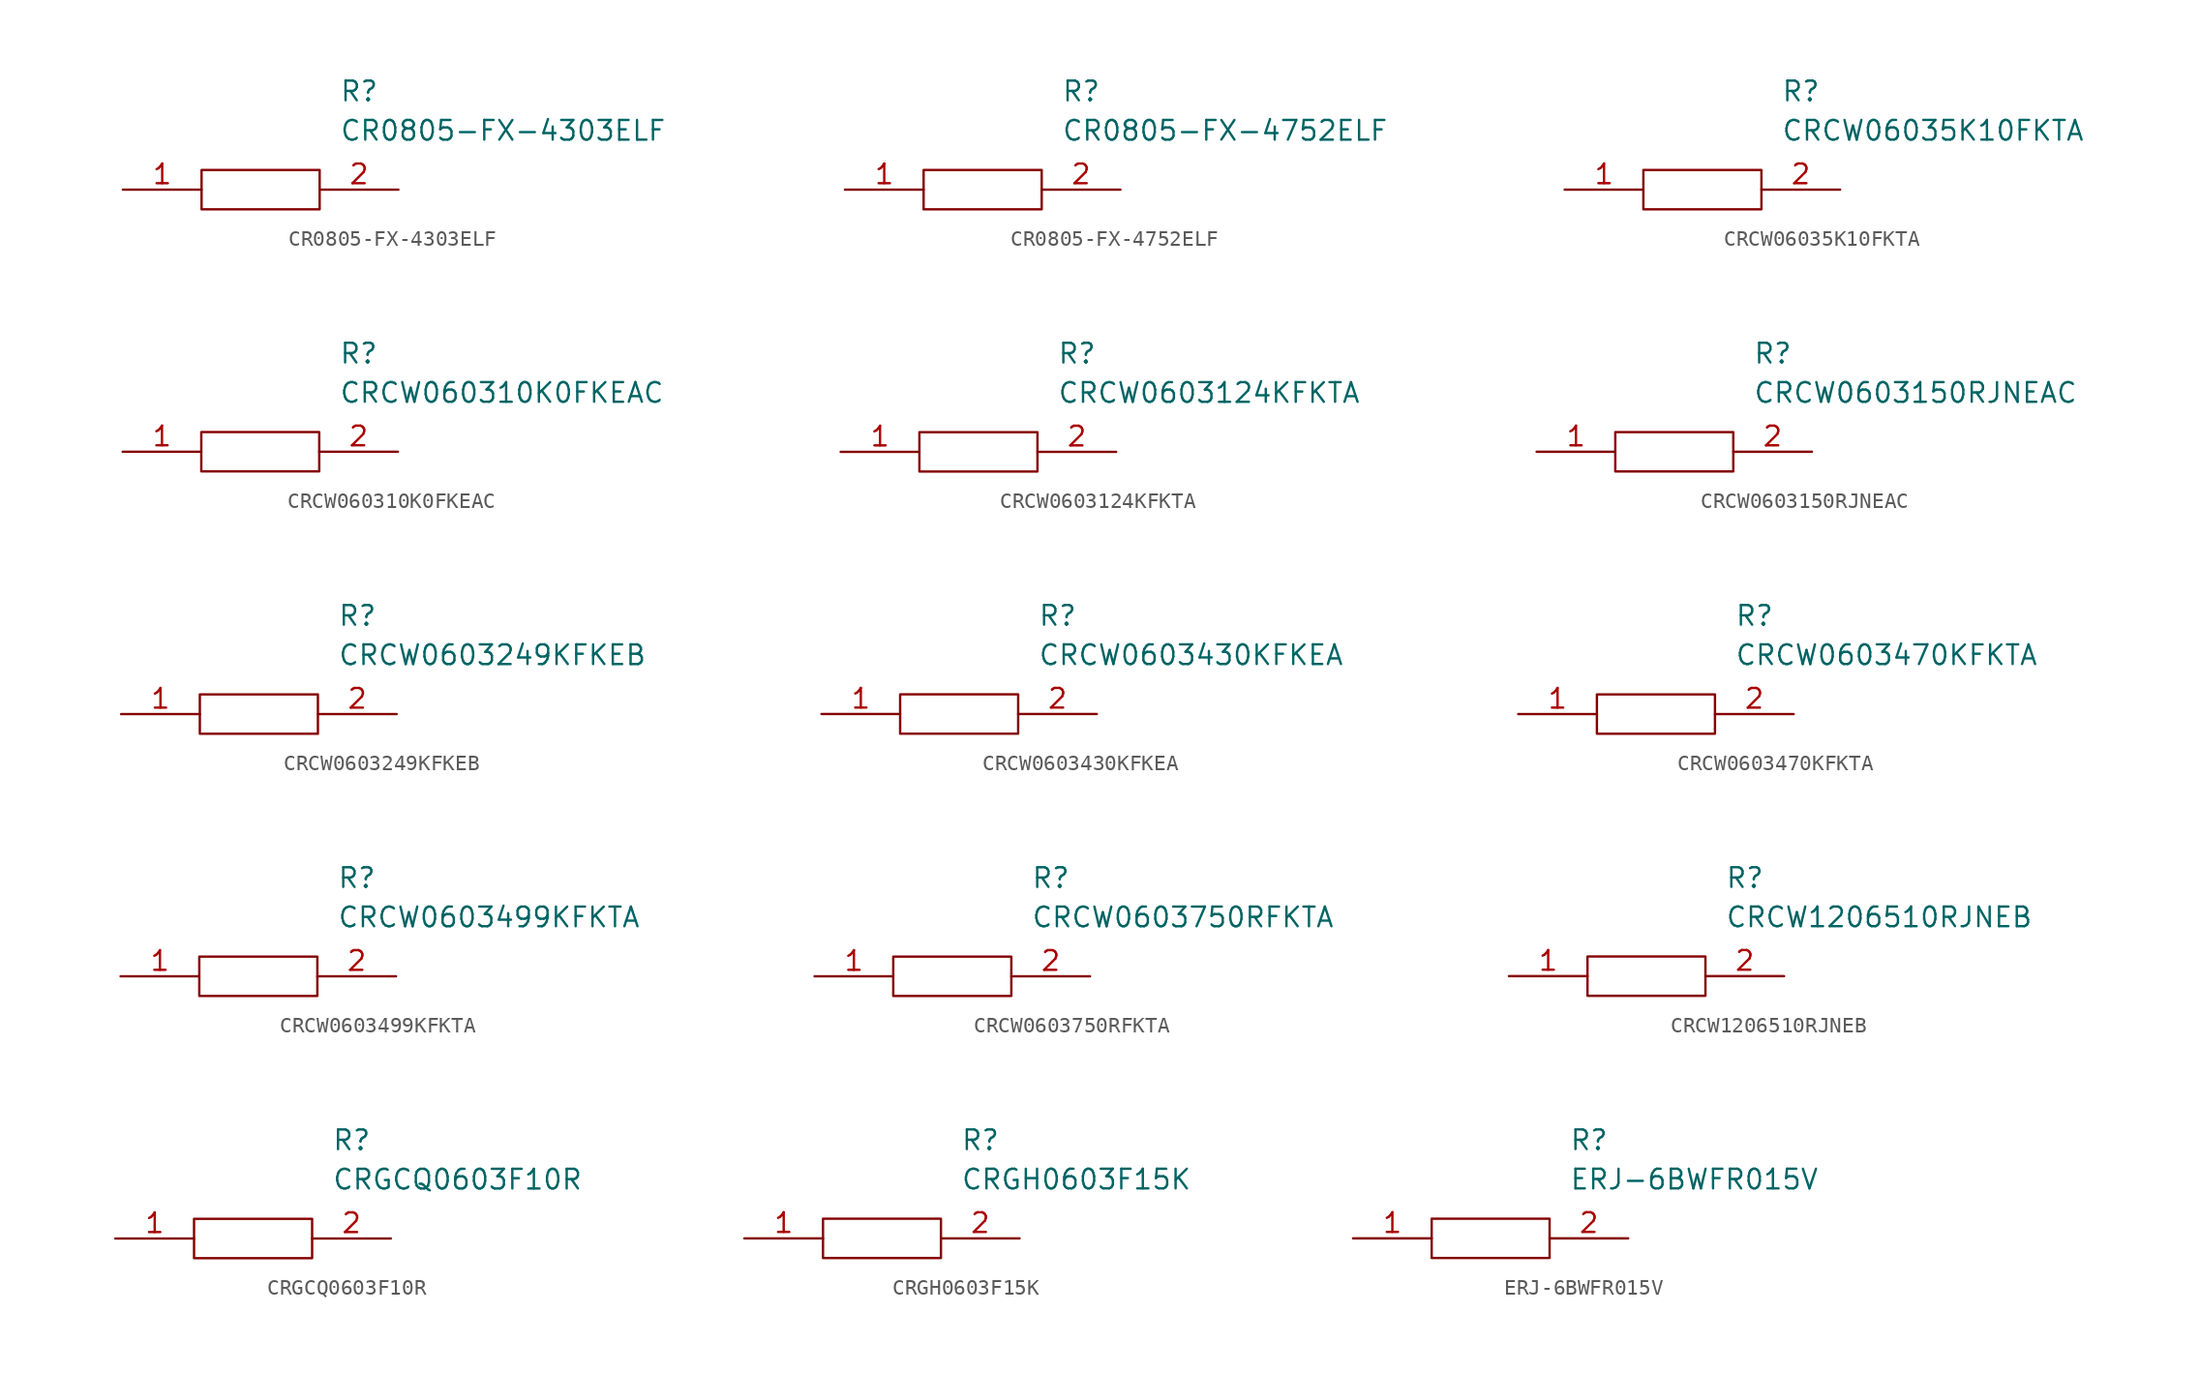
<source format=kicad_sym>
(kicad_symbol_lib
  (version 20211014)
  (generator kicad_symbol_editor)
  (symbol "CR0805-FX-4303ELF"
    (pin_names
      (offset 0.762))
    (property "Reference" "R"
      (at 13.97 6.35 0)
      (effects (font (size 1.27 1.27)) (justify left)))
    (property "Value" "CR0805-FX-4303ELF"
      (at 13.97 3.81 0)
      (effects (font (size 1.27 1.27)) (justify left)))
    (symbol "CR0805-FX-4303ELF_0_0"
      (pin passive line (at 0 0 0) (length 5.08) (name "~" (effects (font (size 1.27 1.27)))) (number "1" (effects (font (size 1.27 1.27)))))
      (pin passive line (at 17.78 0 180) (length 5.08) (name "~" (effects (font (size 1.27 1.27)))) (number "2" (effects (font (size 1.27 1.27))))))
    (symbol "CR0805-FX-4303ELF_0_1"
      (polyline (pts (xy 5.08 1.27) (xy 12.7 1.27) (xy 12.7 -1.27) (xy 5.08 -1.27) (xy 5.08 1.27)) (stroke (width 0.152) (type default) (color 0 0 0 0)) (fill (type none)))))
  (symbol "CR0805-FX-4752ELF"
    (pin_names
      (offset 0.762))
    (property "Reference" "R"
      (at 13.97 6.35 0)
      (effects (font (size 1.27 1.27)) (justify left)))
    (property "Value" "CR0805-FX-4752ELF"
      (at 13.97 3.81 0)
      (effects (font (size 1.27 1.27)) (justify left)))
    (symbol "CR0805-FX-4752ELF_0_0"
      (pin passive line (at 0 0 0) (length 5.08) (name "~" (effects (font (size 1.27 1.27)))) (number "1" (effects (font (size 1.27 1.27)))))
      (pin passive line (at 17.78 0 180) (length 5.08) (name "~" (effects (font (size 1.27 1.27)))) (number "2" (effects (font (size 1.27 1.27))))))
    (symbol "CR0805-FX-4752ELF_0_1"
      (polyline (pts (xy 5.08 1.27) (xy 12.7 1.27) (xy 12.7 -1.27) (xy 5.08 -1.27) (xy 5.08 1.27)) (stroke (width 0.152) (type default) (color 0 0 0 0)) (fill (type none)))))
  (symbol "CRCW06035K10FKTA"
    (pin_names
      (offset 0.762))
    (property "Reference" "R"
      (at 13.97 6.35 0)
      (effects (font (size 1.27 1.27)) (justify left)))
    (property "Value" "CRCW06035K10FKTA"
      (at 13.97 3.81 0)
      (effects (font (size 1.27 1.27)) (justify left)))
    (symbol "CRCW06035K10FKTA_0_0"
      (pin passive line (at 0 0 0) (length 5.08) (name "~" (effects (font (size 1.27 1.27)))) (number "1" (effects (font (size 1.27 1.27)))))
      (pin passive line (at 17.78 0 180) (length 5.08) (name "~" (effects (font (size 1.27 1.27)))) (number "2" (effects (font (size 1.27 1.27))))))
    (symbol "CRCW06035K10FKTA_0_1"
      (polyline (pts (xy 5.08 1.27) (xy 12.7 1.27) (xy 12.7 -1.27) (xy 5.08 -1.27) (xy 5.08 1.27)) (stroke (width 0.152) (type default) (color 0 0 0 0)) (fill (type none)))))
  (symbol "CRCW060310K0FKEAC"
    (pin_names
      (offset 0.762))
    (property "Reference" "R"
      (at 13.97 6.35 0)
      (effects (font (size 1.27 1.27)) (justify left)))
    (property "Value" "CRCW060310K0FKEAC"
      (at 13.97 3.81 0)
      (effects (font (size 1.27 1.27)) (justify left)))
    (symbol "CRCW060310K0FKEAC_0_0"
      (pin passive line (at 0 0 0) (length 5.08) (name "~" (effects (font (size 1.27 1.27)))) (number "1" (effects (font (size 1.27 1.27)))))
      (pin passive line (at 17.78 0 180) (length 5.08) (name "~" (effects (font (size 1.27 1.27)))) (number "2" (effects (font (size 1.27 1.27))))))
    (symbol "CRCW060310K0FKEAC_0_1"
      (polyline (pts (xy 5.08 1.27) (xy 12.7 1.27) (xy 12.7 -1.27) (xy 5.08 -1.27) (xy 5.08 1.27)) (stroke (width 0.152) (type default) (color 0 0 0 0)) (fill (type none)))))
  (symbol "CRCW0603124KFKTA"
    (pin_names
      (offset 0.762))
    (property "Reference" "R"
      (at 13.97 6.35 0)
      (effects (font (size 1.27 1.27)) (justify left)))
    (property "Value" "CRCW0603124KFKTA"
      (at 13.97 3.81 0)
      (effects (font (size 1.27 1.27)) (justify left)))
    (symbol "CRCW0603124KFKTA_0_0"
      (pin passive line (at 0 0 0) (length 5.08) (name "~" (effects (font (size 1.27 1.27)))) (number "1" (effects (font (size 1.27 1.27)))))
      (pin passive line (at 17.78 0 180) (length 5.08) (name "~" (effects (font (size 1.27 1.27)))) (number "2" (effects (font (size 1.27 1.27))))))
    (symbol "CRCW0603124KFKTA_0_1"
      (polyline (pts (xy 5.08 1.27) (xy 12.7 1.27) (xy 12.7 -1.27) (xy 5.08 -1.27) (xy 5.08 1.27)) (stroke (width 0.152) (type default) (color 0 0 0 0)) (fill (type none)))))
  (symbol "CRCW0603150RJNEAC"
    (pin_names
      (offset 0.762))
    (property "Reference" "R"
      (at 13.97 6.35 0)
      (effects (font (size 1.27 1.27)) (justify left)))
    (property "Value" "CRCW0603150RJNEAC"
      (at 13.97 3.81 0)
      (effects (font (size 1.27 1.27)) (justify left)))
    (symbol "CRCW0603150RJNEAC_0_0"
      (pin passive line (at 0 0 0) (length 5.08) (name "~" (effects (font (size 1.27 1.27)))) (number "1" (effects (font (size 1.27 1.27)))))
      (pin passive line (at 17.78 0 180) (length 5.08) (name "~" (effects (font (size 1.27 1.27)))) (number "2" (effects (font (size 1.27 1.27))))))
    (symbol "CRCW0603150RJNEAC_0_1"
      (polyline (pts (xy 5.08 1.27) (xy 12.7 1.27) (xy 12.7 -1.27) (xy 5.08 -1.27) (xy 5.08 1.27)) (stroke (width 0.152) (type default) (color 0 0 0 0)) (fill (type none)))))
  (symbol "CRCW0603249KFKEB"
    (pin_names
      (offset 0.762))
    (property "Reference" "R"
      (at 13.97 6.35 0)
      (effects (font (size 1.27 1.27)) (justify left)))
    (property "Value" "CRCW0603249KFKEB"
      (at 13.97 3.81 0)
      (effects (font (size 1.27 1.27)) (justify left)))
    (symbol "CRCW0603249KFKEB_0_0"
      (pin passive line (at 0 0 0) (length 5.08) (name "~" (effects (font (size 1.27 1.27)))) (number "1" (effects (font (size 1.27 1.27)))))
      (pin passive line (at 17.78 0 180) (length 5.08) (name "~" (effects (font (size 1.27 1.27)))) (number "2" (effects (font (size 1.27 1.27))))))
    (symbol "CRCW0603249KFKEB_0_1"
      (polyline (pts (xy 5.08 1.27) (xy 12.7 1.27) (xy 12.7 -1.27) (xy 5.08 -1.27) (xy 5.08 1.27)) (stroke (width 0.152) (type default) (color 0 0 0 0)) (fill (type none)))))
  (symbol "CRCW0603430KFKEA"
    (pin_names
      (offset 0.762))
    (property "Reference" "R"
      (at 13.97 6.35 0)
      (effects (font (size 1.27 1.27)) (justify left)))
    (property "Value" "CRCW0603430KFKEA"
      (at 13.97 3.81 0)
      (effects (font (size 1.27 1.27)) (justify left)))
    (symbol "CRCW0603430KFKEA_0_0"
      (pin passive line (at 0 0 0) (length 5.08) (name "~" (effects (font (size 1.27 1.27)))) (number "1" (effects (font (size 1.27 1.27)))))
      (pin passive line (at 17.78 0 180) (length 5.08) (name "~" (effects (font (size 1.27 1.27)))) (number "2" (effects (font (size 1.27 1.27))))))
    (symbol "CRCW0603430KFKEA_0_1"
      (polyline (pts (xy 5.08 1.27) (xy 12.7 1.27) (xy 12.7 -1.27) (xy 5.08 -1.27) (xy 5.08 1.27)) (stroke (width 0.152) (type default) (color 0 0 0 0)) (fill (type none)))))
  (symbol "CRCW0603470KFKTA"
    (pin_names
      (offset 0.762))
    (property "Reference" "R"
      (at 13.97 6.35 0)
      (effects (font (size 1.27 1.27)) (justify left)))
    (property "Value" "CRCW0603470KFKTA"
      (at 13.97 3.81 0)
      (effects (font (size 1.27 1.27)) (justify left)))
    (symbol "CRCW0603470KFKTA_0_0"
      (pin passive line (at 0 0 0) (length 5.08) (name "~" (effects (font (size 1.27 1.27)))) (number "1" (effects (font (size 1.27 1.27)))))
      (pin passive line (at 17.78 0 180) (length 5.08) (name "~" (effects (font (size 1.27 1.27)))) (number "2" (effects (font (size 1.27 1.27))))))
    (symbol "CRCW0603470KFKTA_0_1"
      (polyline (pts (xy 5.08 1.27) (xy 12.7 1.27) (xy 12.7 -1.27) (xy 5.08 -1.27) (xy 5.08 1.27)) (stroke (width 0.152) (type default) (color 0 0 0 0)) (fill (type none)))))
  (symbol "CRCW0603499KFKTA"
    (pin_names
      (offset 0.762))
    (property "Reference" "R"
      (at 13.97 6.35 0)
      (effects (font (size 1.27 1.27)) (justify left)))
    (property "Value" "CRCW0603499KFKTA"
      (at 13.97 3.81 0)
      (effects (font (size 1.27 1.27)) (justify left)))
    (symbol "CRCW0603499KFKTA_0_0"
      (pin passive line (at 0 0 0) (length 5.08) (name "~" (effects (font (size 1.27 1.27)))) (number "1" (effects (font (size 1.27 1.27)))))
      (pin passive line (at 17.78 0 180) (length 5.08) (name "~" (effects (font (size 1.27 1.27)))) (number "2" (effects (font (size 1.27 1.27))))))
    (symbol "CRCW0603499KFKTA_0_1"
      (polyline (pts (xy 5.08 1.27) (xy 12.7 1.27) (xy 12.7 -1.27) (xy 5.08 -1.27) (xy 5.08 1.27)) (stroke (width 0.152) (type default) (color 0 0 0 0)) (fill (type none)))))
  (symbol "CRCW0603750RFKTA"
    (pin_names
      (offset 0.762))
    (property "Reference" "R"
      (at 13.97 6.35 0)
      (effects (font (size 1.27 1.27)) (justify left)))
    (property "Value" "CRCW0603750RFKTA"
      (at 13.97 3.81 0)
      (effects (font (size 1.27 1.27)) (justify left)))
    (symbol "CRCW0603750RFKTA_0_0"
      (pin passive line (at 0 0 0) (length 5.08) (name "~" (effects (font (size 1.27 1.27)))) (number "1" (effects (font (size 1.27 1.27)))))
      (pin passive line (at 17.78 0 180) (length 5.08) (name "~" (effects (font (size 1.27 1.27)))) (number "2" (effects (font (size 1.27 1.27))))))
    (symbol "CRCW0603750RFKTA_0_1"
      (polyline (pts (xy 5.08 1.27) (xy 12.7 1.27) (xy 12.7 -1.27) (xy 5.08 -1.27) (xy 5.08 1.27)) (stroke (width 0.152) (type default) (color 0 0 0 0)) (fill (type none)))))
  (symbol "CRCW1206510RJNEB"
    (pin_names
      (offset 0.762))
    (property "Reference" "R"
      (at 13.97 6.35 0)
      (effects (font (size 1.27 1.27)) (justify left)))
    (property "Value" "CRCW1206510RJNEB"
      (at 13.97 3.81 0)
      (effects (font (size 1.27 1.27)) (justify left)))
    (symbol "CRCW1206510RJNEB_0_0"
      (pin passive line (at 0 0 0) (length 5.08) (name "~" (effects (font (size 1.27 1.27)))) (number "1" (effects (font (size 1.27 1.27)))))
      (pin passive line (at 17.78 0 180) (length 5.08) (name "~" (effects (font (size 1.27 1.27)))) (number "2" (effects (font (size 1.27 1.27))))))
    (symbol "CRCW1206510RJNEB_0_1"
      (polyline (pts (xy 5.08 1.27) (xy 12.7 1.27) (xy 12.7 -1.27) (xy 5.08 -1.27) (xy 5.08 1.27)) (stroke (width 0.152) (type default) (color 0 0 0 0)) (fill (type none)))))
  (symbol "CRGCQ0603F10R"
    (pin_names
      (offset 0.762))
    (property "Reference" "R"
      (at 13.97 6.35 0)
      (effects (font (size 1.27 1.27)) (justify left)))
    (property "Value" "CRGCQ0603F10R"
      (at 13.97 3.81 0)
      (effects (font (size 1.27 1.27)) (justify left)))
    (symbol "CRGCQ0603F10R_0_0"
      (pin passive line (at 0 0 0) (length 5.08) (name "~" (effects (font (size 1.27 1.27)))) (number "1" (effects (font (size 1.27 1.27)))))
      (pin passive line (at 17.78 0 180) (length 5.08) (name "~" (effects (font (size 1.27 1.27)))) (number "2" (effects (font (size 1.27 1.27))))))
    (symbol "CRGCQ0603F10R_0_1"
      (polyline (pts (xy 5.08 1.27) (xy 12.7 1.27) (xy 12.7 -1.27) (xy 5.08 -1.27) (xy 5.08 1.27)) (stroke (width 0.152) (type default) (color 0 0 0 0)) (fill (type none)))))
  (symbol "CRGH0603F15K"
    (pin_names
      (offset 0.762))
    (property "Reference" "R"
      (at 13.97 6.35 0)
      (effects (font (size 1.27 1.27)) (justify left)))
    (property "Value" "CRGH0603F15K"
      (at 13.97 3.81 0)
      (effects (font (size 1.27 1.27)) (justify left)))
    (symbol "CRGH0603F15K_0_0"
      (pin passive line (at 0 0 0) (length 5.08) (name "~" (effects (font (size 1.27 1.27)))) (number "1" (effects (font (size 1.27 1.27)))))
      (pin passive line (at 17.78 0 180) (length 5.08) (name "~" (effects (font (size 1.27 1.27)))) (number "2" (effects (font (size 1.27 1.27))))))
    (symbol "CRGH0603F15K_0_1"
      (polyline (pts (xy 5.08 1.27) (xy 12.7 1.27) (xy 12.7 -1.27) (xy 5.08 -1.27) (xy 5.08 1.27)) (stroke (width 0.152) (type default) (color 0 0 0 0)) (fill (type none)))))
  (symbol "ERJ-6BWFR015V"
    (pin_names
      (offset 0.762))
    (property "Reference" "R"
      (at 13.97 6.35 0)
      (effects (font (size 1.27 1.27)) (justify left)))
    (property "Value" "ERJ-6BWFR015V"
      (at 13.97 3.81 0)
      (effects (font (size 1.27 1.27)) (justify left)))
    (symbol "ERJ-6BWFR015V_0_0"
      (pin passive line (at 0 0 0) (length 5.08) (name "~" (effects (font (size 1.27 1.27)))) (number "1" (effects (font (size 1.27 1.27)))))
      (pin passive line (at 17.78 0 180) (length 5.08) (name "~" (effects (font (size 1.27 1.27)))) (number "2" (effects (font (size 1.27 1.27))))))
    (symbol "ERJ-6BWFR015V_0_1"
      (polyline (pts (xy 5.08 1.27) (xy 12.7 1.27) (xy 12.7 -1.27) (xy 5.08 -1.27) (xy 5.08 1.27)) (stroke (width 0.152) (type default) (color 0 0 0 0)) (fill (type none))))))
</source>
